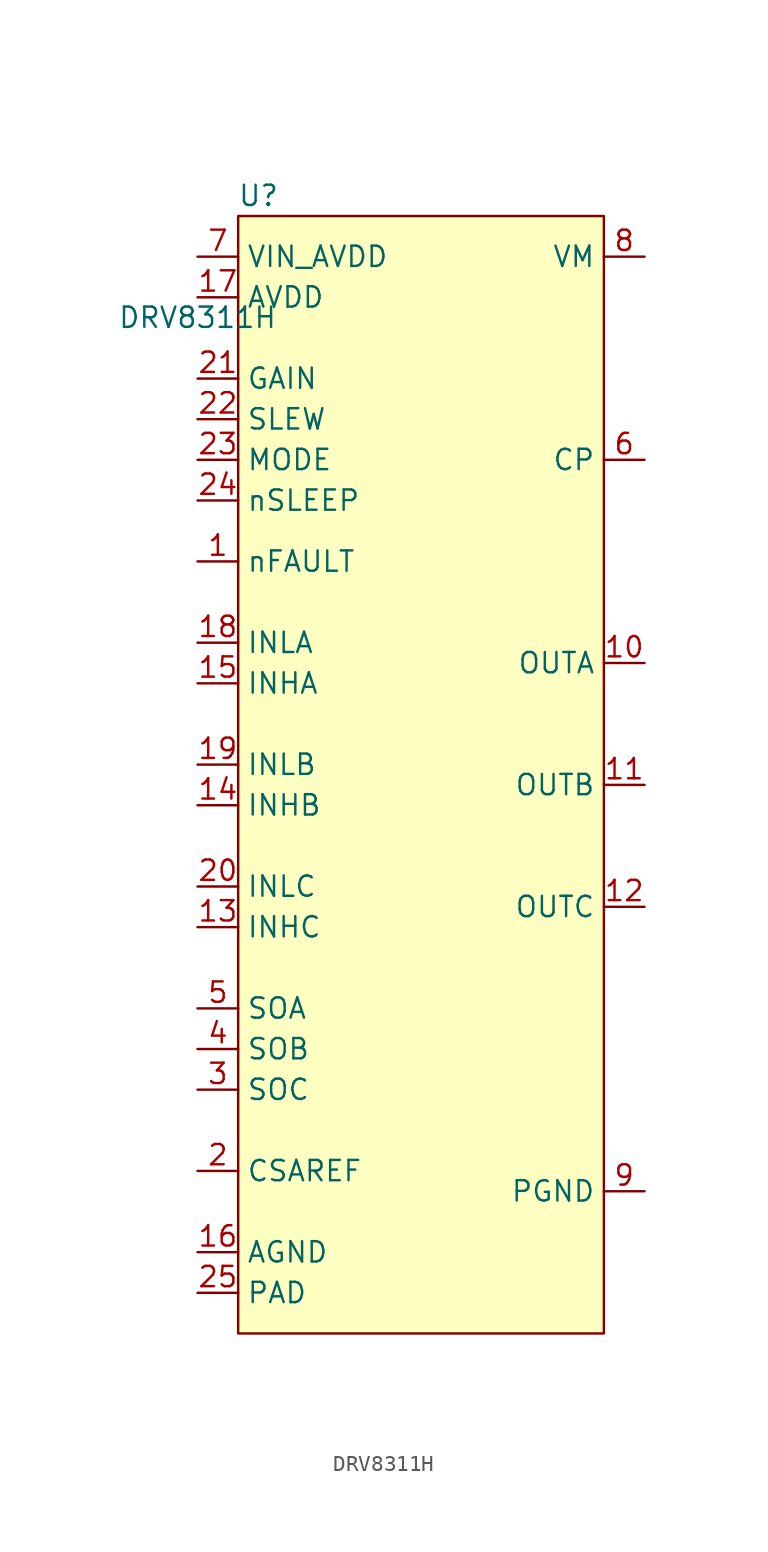
<source format=kicad_sym>
(kicad_symbol_lib
  (version 20241209)
  (generator "kicad_symbol_editor")
  (generator_version "9.0")
  (symbol "DRV8311H"
    (property "Reference" "U"
      (at 1.27 1.27 0)
      (effects (font (size 1.27 1.27))))
    (property "Value" "DRV8311H"
      (at -2.54 -6.35 0)
      (effects (font (size 1.27 1.27))))
    (symbol "DRV8311H_1_1"
      (rectangle (start 0 0) (end 22.86 -69.85) (stroke (width 0) (type default)) (fill (type background)))
      (pin power_in line (at -2.54 -2.54 0) (length 2.54) (name "VIN_AVDD" (effects (font (size 1.27 1.27)))) (number "7" (effects (font (size 1.27 1.27)))))
      (pin power_out line (at -2.54 -5.08 0) (length 2.54) (name "AVDD" (effects (font (size 1.27 1.27)))) (number "17" (effects (font (size 1.27 1.27)))))
      (pin input line (at -2.54 -10.16 0) (length 2.54) (name "GAIN" (effects (font (size 1.27 1.27)))) (number "21" (effects (font (size 1.27 1.27)))))
      (pin input line (at -2.54 -12.7 0) (length 2.54) (name "SLEW" (effects (font (size 1.27 1.27)))) (number "22" (effects (font (size 1.27 1.27)))))
      (pin input line (at -2.54 -15.24 0) (length 2.54) (name "MODE" (effects (font (size 1.27 1.27)))) (number "23" (effects (font (size 1.27 1.27)))))
      (pin input line (at -2.54 -17.78 0) (length 2.54) (name "nSLEEP" (effects (font (size 1.27 1.27)))) (number "24" (effects (font (size 1.27 1.27)))))
      (pin output line (at -2.54 -21.59 0) (length 2.54) (name "nFAULT" (effects (font (size 1.27 1.27)))) (number "1" (effects (font (size 1.27 1.27)))))
      (pin input line (at -2.54 -26.67 0) (length 2.54) (name "INLA" (effects (font (size 1.27 1.27)))) (number "18" (effects (font (size 1.27 1.27)))))
      (pin input line (at -2.54 -29.21 0) (length 2.54) (name "INHA" (effects (font (size 1.27 1.27)))) (number "15" (effects (font (size 1.27 1.27)))))
      (pin input line (at -2.54 -34.29 0) (length 2.54) (name "INLB" (effects (font (size 1.27 1.27)))) (number "19" (effects (font (size 1.27 1.27)))))
      (pin input line (at -2.54 -36.83 0) (length 2.54) (name "INHB" (effects (font (size 1.27 1.27)))) (number "14" (effects (font (size 1.27 1.27)))))
      (pin input line (at -2.54 -41.91 0) (length 2.54) (name "INLC" (effects (font (size 1.27 1.27)))) (number "20" (effects (font (size 1.27 1.27)))))
      (pin input line (at -2.54 -44.45 0) (length 2.54) (name "INHC" (effects (font (size 1.27 1.27)))) (number "13" (effects (font (size 1.27 1.27)))))
      (pin output line (at -2.54 -49.53 0) (length 2.54) (name "SOA" (effects (font (size 1.27 1.27)))) (number "5" (effects (font (size 1.27 1.27)))))
      (pin output line (at -2.54 -52.07 0) (length 2.54) (name "SOB" (effects (font (size 1.27 1.27)))) (number "4" (effects (font (size 1.27 1.27)))))
      (pin output line (at -2.54 -54.61 0) (length 2.54) (name "SOC" (effects (font (size 1.27 1.27)))) (number "3" (effects (font (size 1.27 1.27)))))
      (pin input line (at -2.54 -59.69 0) (length 2.54) (name "CSAREF" (effects (font (size 1.27 1.27)))) (number "2" (effects (font (size 1.27 1.27)))))
      (pin input line (at -2.54 -64.77 0) (length 2.54) (name "AGND" (effects (font (size 1.27 1.27)))) (number "16" (effects (font (size 1.27 1.27)))))
      (pin power_in line (at -2.54 -67.31 0) (length 2.54) (name "PAD" (effects (font (size 1.27 1.27)))) (number "25" (effects (font (size 1.27 1.27)))))
      (pin power_in line (at 25.4 -2.54 180) (length 2.54) (name "VM" (effects (font (size 1.27 1.27)))) (number "8" (effects (font (size 1.27 1.27)))))
      (pin passive line (at 25.4 -15.24 180) (length 2.54) (name "CP" (effects (font (size 1.27 1.27)))) (number "6" (effects (font (size 1.27 1.27)))))
      (pin output line (at 25.4 -27.94 180) (length 2.54) (name "OUTA" (effects (font (size 1.27 1.27)))) (number "10" (effects (font (size 1.27 1.27)))))
      (pin output line (at 25.4 -35.56 180) (length 2.54) (name "OUTB" (effects (font (size 1.27 1.27)))) (number "11" (effects (font (size 1.27 1.27)))))
      (pin output line (at 25.4 -43.18 180) (length 2.54) (name "OUTC" (effects (font (size 1.27 1.27)))) (number "12" (effects (font (size 1.27 1.27)))))
      (pin input line (at 25.4 -60.96 180) (length 2.54) (name "PGND" (effects (font (size 1.27 1.27)))) (number "9" (effects (font (size 1.27 1.27))))))))
</source>
